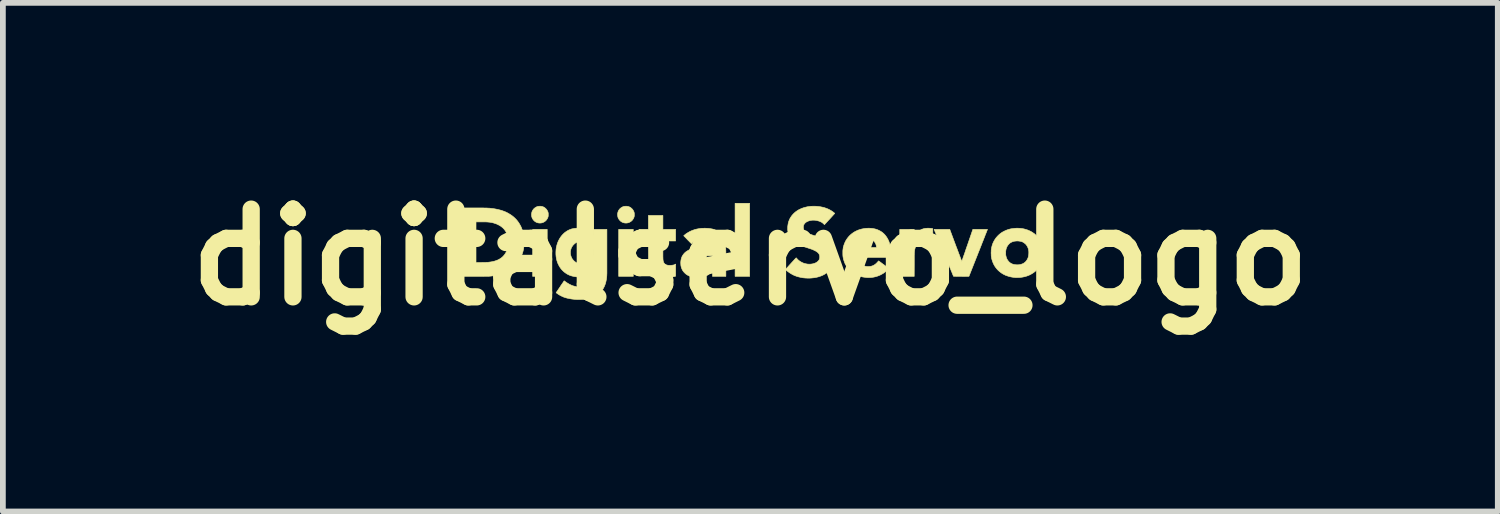
<source format=kicad_pcb>
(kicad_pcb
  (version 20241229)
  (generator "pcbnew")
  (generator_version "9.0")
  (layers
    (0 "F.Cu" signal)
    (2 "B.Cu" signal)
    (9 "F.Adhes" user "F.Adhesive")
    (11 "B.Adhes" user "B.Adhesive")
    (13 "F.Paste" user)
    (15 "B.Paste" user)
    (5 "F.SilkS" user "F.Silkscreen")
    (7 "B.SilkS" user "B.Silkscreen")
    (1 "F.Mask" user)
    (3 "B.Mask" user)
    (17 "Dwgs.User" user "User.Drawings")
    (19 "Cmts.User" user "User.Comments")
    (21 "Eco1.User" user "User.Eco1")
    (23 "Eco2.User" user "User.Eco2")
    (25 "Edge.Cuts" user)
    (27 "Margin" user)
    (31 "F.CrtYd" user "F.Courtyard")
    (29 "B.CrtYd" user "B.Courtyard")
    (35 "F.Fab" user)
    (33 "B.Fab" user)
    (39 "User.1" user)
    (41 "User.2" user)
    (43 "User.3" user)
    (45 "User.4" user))
  (footprint "digitalservo_logo"
    (layer "F.Cu")
    (at 9.986 1.418)
    (property "Reference" "digitalservo_logo" (at 0 0 0) (layer "F.SilkS") (effects (font (size 1.524 1.524) (thickness 0.3))))
    (attr through_hole)
    (fp_poly (pts (xy -3.529 0.334) (xy -3.782 0.334) (xy -3.782 -0.483) (xy -3.529 -0.483) (xy -3.529 0.334)) (stroke (width 0.01) (type solid)) (fill yes) (layer "F.SilkS"))
    (fp_poly (pts (xy -2.034 0.334) (xy -2.287 0.334) (xy -2.287 -0.483) (xy -2.034 -0.483) (xy -2.034 0.334)) (stroke (width 0.01) (type solid)) (fill yes) (layer "F.SilkS"))
    (fp_poly (pts (xy -0.012 0.334) (xy -0.265 0.334) (xy -0.265 -0.936) (xy -0.012 -0.936) (xy -0.012 0.334)) (stroke (width 0.01) (type solid)) (fill yes) (layer "F.SilkS"))
    (fp_poly (pts (xy -3.644 -0.885) (xy -3.626 -0.882) (xy -3.608 -0.878) (xy -3.591 -0.871) (xy -3.575 -0.862) (xy -3.561 -0.85) (xy -3.547 -0.837) (xy -3.538 -0.826) (xy -3.532 -0.817) (xy -3.526 -0.806) (xy -3.52 -0.795) (xy -3.516 -0.784) (xy -3.514 -0.777) (xy -3.513 -0.773) (xy -3.512 -0.769) (xy -3.512 -0.766) (xy -3.511 -0.762) (xy -3.511 -0.757) (xy -3.511 -0.751) (xy -3.511 -0.743) (xy -3.511 -0.739) (xy -3.511 -0.73) (xy -3.511 -0.723) (xy -3.511 -0.718) (xy -3.511 -0.714) (xy -3.512 -0.71) (xy -3.513 -0.707) (xy -3.514 -0.703) (xy -3.514 -0.701) (xy -3.52 -0.684) (xy -3.528 -0.668) (xy -3.538 -0.653) (xy -3.549 -0.639) (xy -3.563 -0.626) (xy -3.577 -0.616) (xy -3.593 -0.607) (xy -3.609 -0.6) (xy -3.621 -0.597) (xy -3.635 -0.594) (xy -3.649 -0.593) (xy -3.663 -0.593) (xy -3.676 -0.594) (xy -3.677 -0.594) (xy -3.696 -0.598) (xy -3.713 -0.604) (xy -3.729 -0.612) (xy -3.744 -0.622) (xy -3.759 -0.635) (xy -3.762 -0.639) (xy -3.774 -0.653) (xy -3.784 -0.668) (xy -3.792 -0.684) (xy -3.797 -0.701) (xy -3.8 -0.719) (xy -3.802 -0.738) (xy -3.802 -0.739) (xy -3.8 -0.758) (xy -3.797 -0.776) (xy -3.792 -0.793) (xy -3.784 -0.809) (xy -3.775 -0.824) (xy -3.763 -0.839) (xy -3.762 -0.84) (xy -3.748 -0.853) (xy -3.733 -0.863) (xy -3.718 -0.872) (xy -3.701 -0.879) (xy -3.683 -0.883) (xy -3.664 -0.885) (xy -3.664 -0.885) (xy -3.644 -0.885)) (stroke (width 0.01) (type solid)) (fill yes) (layer "F.SilkS"))
    (fp_poly (pts (xy -2.149 -0.885) (xy -2.131 -0.882) (xy -2.113 -0.878) (xy -2.096 -0.871) (xy -2.08 -0.862) (xy -2.066 -0.85) (xy -2.052 -0.837) (xy -2.043 -0.826) (xy -2.037 -0.817) (xy -2.031 -0.806) (xy -2.025 -0.795) (xy -2.021 -0.784) (xy -2.019 -0.777) (xy -2.018 -0.773) (xy -2.017 -0.769) (xy -2.017 -0.766) (xy -2.016 -0.762) (xy -2.016 -0.757) (xy -2.016 -0.751) (xy -2.016 -0.743) (xy -2.016 -0.739) (xy -2.016 -0.73) (xy -2.016 -0.723) (xy -2.016 -0.718) (xy -2.016 -0.714) (xy -2.017 -0.71) (xy -2.018 -0.707) (xy -2.019 -0.703) (xy -2.019 -0.701) (xy -2.025 -0.684) (xy -2.033 -0.668) (xy -2.043 -0.653) (xy -2.054 -0.639) (xy -2.068 -0.626) (xy -2.082 -0.616) (xy -2.098 -0.607) (xy -2.114 -0.6) (xy -2.127 -0.597) (xy -2.14 -0.594) (xy -2.154 -0.593) (xy -2.168 -0.593) (xy -2.181 -0.594) (xy -2.182 -0.594) (xy -2.201 -0.598) (xy -2.218 -0.604) (xy -2.234 -0.612) (xy -2.249 -0.622) (xy -2.264 -0.635) (xy -2.267 -0.639) (xy -2.279 -0.653) (xy -2.289 -0.668) (xy -2.297 -0.684) (xy -2.302 -0.701) (xy -2.305 -0.719) (xy -2.307 -0.738) (xy -2.307 -0.739) (xy -2.306 -0.758) (xy -2.302 -0.776) (xy -2.297 -0.793) (xy -2.29 -0.809) (xy -2.28 -0.824) (xy -2.268 -0.839) (xy -2.267 -0.84) (xy -2.253 -0.853) (xy -2.238 -0.863) (xy -2.223 -0.872) (xy -2.206 -0.879) (xy -2.188 -0.883) (xy -2.169 -0.885) (xy -2.169 -0.885) (xy -2.149 -0.885)) (stroke (width 0.01) (type solid)) (fill yes) (layer "F.SilkS"))
    (fp_poly (pts (xy -1.519 -0.483) (xy -1.298 -0.483) (xy -1.298 -0.281) (xy -1.519 -0.281) (xy -1.519 -0.135) (xy -1.519 -0.11) (xy -1.519 -0.087) (xy -1.519 -0.067) (xy -1.519 -0.048) (xy -1.519 -0.031) (xy -1.519 -0.016) (xy -1.519 -0.003) (xy -1.518 0.009) (xy -1.518 0.019) (xy -1.518 0.028) (xy -1.517 0.036) (xy -1.517 0.043) (xy -1.516 0.05) (xy -1.515 0.055) (xy -1.515 0.06) (xy -1.514 0.065) (xy -1.513 0.069) (xy -1.512 0.073) (xy -1.51 0.077) (xy -1.509 0.081) (xy -1.504 0.094) (xy -1.497 0.105) (xy -1.489 0.115) (xy -1.479 0.123) (xy -1.468 0.13) (xy -1.454 0.135) (xy -1.439 0.139) (xy -1.435 0.14) (xy -1.43 0.141) (xy -1.426 0.141) (xy -1.421 0.142) (xy -1.415 0.142) (xy -1.407 0.142) (xy -1.4 0.142) (xy -1.379 0.142) (xy -1.361 0.14) (xy -1.345 0.138) (xy -1.331 0.135) (xy -1.319 0.131) (xy -1.308 0.126) (xy -1.303 0.123) (xy -1.298 0.12) (xy -1.298 0.33) (xy -1.312 0.334) (xy -1.327 0.339) (xy -1.343 0.342) (xy -1.358 0.345) (xy -1.375 0.348) (xy -1.393 0.35) (xy -1.413 0.352) (xy -1.43 0.353) (xy -1.438 0.354) (xy -1.448 0.354) (xy -1.459 0.354) (xy -1.47 0.354) (xy -1.481 0.354) (xy -1.491 0.354) (xy -1.5 0.354) (xy -1.507 0.354) (xy -1.525 0.352) (xy -1.543 0.35) (xy -1.562 0.347) (xy -1.579 0.344) (xy -1.596 0.34) (xy -1.611 0.335) (xy -1.622 0.332) (xy -1.645 0.322) (xy -1.665 0.311) (xy -1.684 0.299) (xy -1.701 0.285) (xy -1.717 0.27) (xy -1.73 0.253) (xy -1.732 0.25) (xy -1.742 0.235) (xy -1.75 0.219) (xy -1.756 0.203) (xy -1.762 0.185) (xy -1.766 0.166) (xy -1.767 0.16) (xy -1.77 0.146) (xy -1.77 -0.067) (xy -1.771 -0.281) (xy -1.933 -0.281) (xy -1.933 -0.483) (xy -1.771 -0.483) (xy -1.771 -0.725) (xy -1.519 -0.725) (xy -1.519 -0.483)) (stroke (width 0.01) (type solid)) (fill yes) (layer "F.SilkS"))
    (fp_poly (pts (xy 3.106 -0.503) (xy 3.12 -0.502) (xy 3.133 -0.501) (xy 3.146 -0.5) (xy 3.157 -0.498) (xy 3.165 -0.496) (xy 3.17 -0.495) (xy 3.17 -0.38) (xy 3.17 -0.363) (xy 3.17 -0.348) (xy 3.17 -0.333) (xy 3.17 -0.319) (xy 3.17 -0.306) (xy 3.17 -0.295) (xy 3.17 -0.285) (xy 3.17 -0.277) (xy 3.17 -0.271) (xy 3.169 -0.267) (xy 3.169 -0.265) (xy 3.169 -0.265) (xy 3.168 -0.265) (xy 3.164 -0.266) (xy 3.16 -0.267) (xy 3.158 -0.268) (xy 3.142 -0.272) (xy 3.128 -0.275) (xy 3.114 -0.278) (xy 3.1 -0.28) (xy 3.085 -0.281) (xy 3.069 -0.281) (xy 3.061 -0.281) (xy 3.039 -0.281) (xy 3.019 -0.279) (xy 3.001 -0.277) (xy 2.984 -0.274) (xy 2.969 -0.27) (xy 2.954 -0.264) (xy 2.941 -0.258) (xy 2.927 -0.25) (xy 2.927 -0.249) (xy 2.912 -0.238) (xy 2.899 -0.226) (xy 2.888 -0.211) (xy 2.878 -0.195) (xy 2.869 -0.177) (xy 2.863 -0.157) (xy 2.857 -0.136) (xy 2.853 -0.112) (xy 2.853 -0.112) (xy 2.853 -0.107) (xy 2.852 -0.102) (xy 2.851 -0.097) (xy 2.851 -0.092) (xy 2.851 -0.088) (xy 2.85 -0.083) (xy 2.85 -0.078) (xy 2.849 -0.072) (xy 2.849 -0.066) (xy 2.849 -0.06) (xy 2.849 -0.052) (xy 2.849 -0.044) (xy 2.848 -0.034) (xy 2.848 -0.024) (xy 2.848 -0.012) (xy 2.848 0.002) (xy 2.848 0.017) (xy 2.848 0.033) (xy 2.848 0.052) (xy 2.848 0.072) (xy 2.848 0.095) (xy 2.848 0.12) (xy 2.848 0.135) (xy 2.847 0.334) (xy 2.596 0.334) (xy 2.596 -0.483) (xy 2.847 -0.483) (xy 2.847 -0.417) (xy 2.847 -0.402) (xy 2.847 -0.39) (xy 2.847 -0.38) (xy 2.847 -0.371) (xy 2.848 -0.364) (xy 2.848 -0.359) (xy 2.848 -0.356) (xy 2.848 -0.353) (xy 2.849 -0.352) (xy 2.849 -0.352) (xy 2.85 -0.353) (xy 2.852 -0.356) (xy 2.854 -0.36) (xy 2.856 -0.362) (xy 2.867 -0.38) (xy 2.879 -0.399) (xy 2.893 -0.416) (xy 2.907 -0.432) (xy 2.911 -0.436) (xy 2.928 -0.451) (xy 2.945 -0.464) (xy 2.963 -0.475) (xy 2.982 -0.484) (xy 3.002 -0.492) (xy 3.023 -0.497) (xy 3.04 -0.5) (xy 3.051 -0.501) (xy 3.063 -0.502) (xy 3.077 -0.503) (xy 3.091 -0.503) (xy 3.106 -0.503)) (stroke (width 0.01) (type solid)) (fill yes) (layer "F.SilkS"))
    (fp_poly (pts (xy 4.01 -0.483) (xy 4.027 -0.483) (xy 4.043 -0.483) (xy 4.057 -0.482) (xy 4.071 -0.482) (xy 4.083 -0.482) (xy 4.094 -0.482) (xy 4.103 -0.482) (xy 4.11 -0.482) (xy 4.115 -0.482) (xy 4.119 -0.482) (xy 4.12 -0.482) (xy 4.119 -0.48) (xy 4.118 -0.477) (xy 4.116 -0.472) (xy 4.113 -0.464) (xy 4.109 -0.455) (xy 4.105 -0.444) (xy 4.1 -0.431) (xy 4.094 -0.416) (xy 4.087 -0.399) (xy 4.08 -0.382) (xy 4.073 -0.362) (xy 4.065 -0.342) (xy 4.056 -0.32) (xy 4.047 -0.296) (xy 4.037 -0.272) (xy 4.027 -0.247) (xy 4.017 -0.22) (xy 4.006 -0.193) (xy 3.995 -0.165) (xy 3.984 -0.136) (xy 3.972 -0.107) (xy 3.96 -0.077) (xy 3.959 -0.074) (xy 3.798 0.333) (xy 3.664 0.334) (xy 3.647 0.334) (xy 3.63 0.334) (xy 3.613 0.334) (xy 3.598 0.334) (xy 3.584 0.334) (xy 3.571 0.333) (xy 3.56 0.333) (xy 3.55 0.333) (xy 3.542 0.333) (xy 3.536 0.333) (xy 3.532 0.333) (xy 3.53 0.333) (xy 3.53 0.333) (xy 3.53 0.332) (xy 3.528 0.328) (xy 3.526 0.323) (xy 3.523 0.316) (xy 3.519 0.307) (xy 3.515 0.296) (xy 3.509 0.283) (xy 3.504 0.269) (xy 3.497 0.253) (xy 3.49 0.236) (xy 3.483 0.218) (xy 3.475 0.199) (xy 3.466 0.178) (xy 3.457 0.157) (xy 3.448 0.134) (xy 3.438 0.111) (xy 3.428 0.087) (xy 3.418 0.063) (xy 3.408 0.038) (xy 3.397 0.012) (xy 3.387 -0.014) (xy 3.376 -0.04) (xy 3.365 -0.066) (xy 3.354 -0.092) (xy 3.344 -0.118) (xy 3.333 -0.144) (xy 3.322 -0.17) (xy 3.312 -0.195) (xy 3.301 -0.22) (xy 3.291 -0.244) (xy 3.282 -0.268) (xy 3.272 -0.291) (xy 3.263 -0.313) (xy 3.254 -0.334) (xy 3.246 -0.354) (xy 3.238 -0.373) (xy 3.231 -0.391) (xy 3.224 -0.408) (xy 3.218 -0.423) (xy 3.212 -0.436) (xy 3.207 -0.448) (xy 3.203 -0.459) (xy 3.199 -0.467) (xy 3.196 -0.474) (xy 3.194 -0.479) (xy 3.193 -0.481) (xy 3.193 -0.482) (xy 3.194 -0.482) (xy 3.198 -0.482) (xy 3.203 -0.482) (xy 3.211 -0.482) (xy 3.22 -0.482) (xy 3.231 -0.482) (xy 3.244 -0.482) (xy 3.258 -0.482) (xy 3.273 -0.482) (xy 3.289 -0.482) (xy 3.306 -0.482) (xy 3.323 -0.482) (xy 3.329 -0.482) (xy 3.465 -0.482) (xy 3.568 -0.205) (xy 3.58 -0.173) (xy 3.592 -0.143) (xy 3.602 -0.115) (xy 3.612 -0.09) (xy 3.62 -0.066) (xy 3.629 -0.045) (xy 3.636 -0.025) (xy 3.643 -0.007) (xy 3.648 0.008) (xy 3.654 0.022) (xy 3.658 0.034) (xy 3.662 0.044) (xy 3.666 0.053) (xy 3.668 0.06) (xy 3.67 0.065) (xy 3.672 0.069) (xy 3.673 0.071) (xy 3.673 0.071) (xy 3.674 0.071) (xy 3.675 0.069) (xy 3.676 0.065) (xy 3.678 0.06) (xy 3.68 0.054) (xy 3.683 0.046) (xy 3.687 0.036) (xy 3.691 0.025) (xy 3.695 0.012) (xy 3.7 -0.003) (xy 3.706 -0.019) (xy 3.713 -0.038) (xy 3.72 -0.058) (xy 3.728 -0.081) (xy 3.736 -0.105) (xy 3.745 -0.132) (xy 3.755 -0.161) (xy 3.766 -0.192) (xy 3.771 -0.206) (xy 3.866 -0.483) (xy 3.993 -0.483) (xy 4.01 -0.483)) (stroke (width 0.01) (type solid)) (fill yes) (layer "F.SilkS"))
    (fp_poly (pts (xy -4.817 -0.855) (xy -4.787 -0.855) (xy -4.759 -0.855) (xy -4.734 -0.855) (xy -4.711 -0.855) (xy -4.689 -0.855) (xy -4.67 -0.855) (xy -4.652 -0.855) (xy -4.636 -0.855) (xy -4.621 -0.854) (xy -4.607 -0.854) (xy -4.594 -0.854) (xy -4.583 -0.854) (xy -4.572 -0.853) (xy -4.563 -0.853) (xy -4.554 -0.852) (xy -4.545 -0.852) (xy -4.537 -0.851) (xy -4.529 -0.851) (xy -4.521 -0.85) (xy -4.514 -0.849) (xy -4.506 -0.848) (xy -4.498 -0.847) (xy -4.49 -0.846) (xy -4.486 -0.846) (xy -4.443 -0.84) (xy -4.402 -0.832) (xy -4.363 -0.823) (xy -4.326 -0.813) (xy -4.291 -0.801) (xy -4.257 -0.788) (xy -4.227 -0.774) (xy -4.195 -0.756) (xy -4.165 -0.738) (xy -4.137 -0.718) (xy -4.111 -0.697) (xy -4.086 -0.674) (xy -4.063 -0.65) (xy -4.042 -0.624) (xy -4.022 -0.596) (xy -4.01 -0.576) (xy -3.995 -0.55) (xy -3.982 -0.524) (xy -3.971 -0.496) (xy -3.961 -0.468) (xy -3.952 -0.439) (xy -3.945 -0.409) (xy -3.94 -0.377) (xy -3.935 -0.343) (xy -3.933 -0.325) (xy -3.932 -0.309) (xy -3.932 -0.291) (xy -3.931 -0.272) (xy -3.931 -0.252) (xy -3.932 -0.233) (xy -3.932 -0.214) (xy -3.934 -0.196) (xy -3.935 -0.18) (xy -3.935 -0.178) (xy -3.94 -0.142) (xy -3.948 -0.107) (xy -3.957 -0.074) (xy -3.969 -0.041) (xy -3.982 -0.009) (xy -3.998 0.022) (xy -4.016 0.052) (xy -4.037 0.082) (xy -4.042 0.088) (xy -4.064 0.116) (xy -4.088 0.142) (xy -4.114 0.167) (xy -4.142 0.19) (xy -4.172 0.211) (xy -4.203 0.231) (xy -4.235 0.249) (xy -4.269 0.266) (xy -4.304 0.281) (xy -4.341 0.294) (xy -4.379 0.305) (xy -4.418 0.315) (xy -4.458 0.322) (xy -4.5 0.328) (xy -4.542 0.332) (xy -4.553 0.333) (xy -4.556 0.333) (xy -4.563 0.333) (xy -4.571 0.333) (xy -4.581 0.333) (xy -4.594 0.333) (xy -4.608 0.333) (xy -4.624 0.333) (xy -4.642 0.334) (xy -4.662 0.334) (xy -4.683 0.334) (xy -4.706 0.334) (xy -4.73 0.334) (xy -4.755 0.334) (xy -4.781 0.334) (xy -4.801 0.334) (xy -5.028 0.334) (xy -5.028 -0.613) (xy -4.766 -0.613) (xy -4.766 0.092) (xy -4.672 0.092) (xy -4.654 0.091) (xy -4.638 0.091) (xy -4.623 0.091) (xy -4.609 0.091) (xy -4.596 0.091) (xy -4.586 0.09) (xy -4.577 0.09) (xy -4.57 0.09) (xy -4.566 0.09) (xy -4.565 0.09) (xy -4.534 0.086) (xy -4.505 0.082) (xy -4.478 0.077) (xy -4.452 0.071) (xy -4.429 0.064) (xy -4.407 0.056) (xy -4.386 0.048) (xy -4.367 0.038) (xy -4.348 0.027) (xy -4.33 0.015) (xy -4.322 0.009) (xy -4.303 -0.007) (xy -4.286 -0.025) (xy -4.27 -0.044) (xy -4.256 -0.065) (xy -4.243 -0.087) (xy -4.232 -0.11) (xy -4.223 -0.134) (xy -4.22 -0.142) (xy -4.214 -0.167) (xy -4.209 -0.192) (xy -4.206 -0.219) (xy -4.204 -0.246) (xy -4.203 -0.273) (xy -4.204 -0.299) (xy -4.207 -0.325) (xy -4.211 -0.349) (xy -4.211 -0.35) (xy -4.218 -0.376) (xy -4.227 -0.402) (xy -4.238 -0.426) (xy -4.251 -0.449) (xy -4.266 -0.471) (xy -4.283 -0.492) (xy -4.302 -0.511) (xy -4.323 -0.528) (xy -4.336 -0.538) (xy -4.359 -0.552) (xy -4.384 -0.565) (xy -4.41 -0.577) (xy -4.439 -0.587) (xy -4.468 -0.596) (xy -4.499 -0.603) (xy -4.532 -0.608) (xy -4.565 -0.611) (xy -4.573 -0.612) (xy -4.577 -0.612) (xy -4.584 -0.612) (xy -4.592 -0.613) (xy -4.602 -0.613) (xy -4.614 -0.613) (xy -4.627 -0.613) (xy -4.64 -0.613) (xy -4.655 -0.613) (xy -4.669 -0.613) (xy -4.679 -0.613) (xy -4.766 -0.613) (xy -5.028 -0.613) (xy -5.028 -0.855) (xy -4.817 -0.855)) (stroke (width 0.01) (type solid)) (fill yes) (layer "F.SilkS"))
    (fp_poly (pts (xy 4.65 -0.503) (xy 4.686 -0.501) (xy 4.721 -0.497) (xy 4.754 -0.491) (xy 4.786 -0.482) (xy 4.818 -0.472) (xy 4.848 -0.459) (xy 4.877 -0.445) (xy 4.905 -0.428) (xy 4.913 -0.422) (xy 4.925 -0.414) (xy 4.936 -0.406) (xy 4.947 -0.397) (xy 4.957 -0.387) (xy 4.969 -0.376) (xy 4.972 -0.373) (xy 4.992 -0.351) (xy 5.011 -0.328) (xy 5.027 -0.303) (xy 5.042 -0.277) (xy 5.053 -0.256) (xy 5.064 -0.231) (xy 5.072 -0.206) (xy 5.079 -0.18) (xy 5.084 -0.153) (xy 5.088 -0.125) (xy 5.09 -0.096) (xy 5.09 -0.074) (xy 5.09 -0.057) (xy 5.089 -0.042) (xy 5.088 -0.028) (xy 5.087 -0.014) (xy 5.085 -0.001) (xy 5.083 0.012) (xy 5.076 0.042) (xy 5.067 0.072) (xy 5.056 0.101) (xy 5.042 0.129) (xy 5.026 0.156) (xy 5.008 0.183) (xy 5.002 0.191) (xy 4.996 0.198) (xy 4.989 0.207) (xy 4.98 0.215) (xy 4.971 0.225) (xy 4.962 0.234) (xy 4.954 0.242) (xy 4.946 0.249) (xy 4.94 0.254) (xy 4.914 0.273) (xy 4.887 0.29) (xy 4.858 0.306) (xy 4.828 0.319) (xy 4.797 0.33) (xy 4.765 0.339) (xy 4.731 0.346) (xy 4.696 0.351) (xy 4.689 0.352) (xy 4.68 0.353) (xy 4.669 0.353) (xy 4.658 0.353) (xy 4.646 0.354) (xy 4.634 0.354) (xy 4.623 0.354) (xy 4.612 0.354) (xy 4.603 0.354) (xy 4.597 0.353) (xy 4.562 0.349) (xy 4.527 0.343) (xy 4.495 0.335) (xy 4.463 0.325) (xy 4.433 0.314) (xy 4.404 0.3) (xy 4.376 0.284) (xy 4.35 0.266) (xy 4.326 0.247) (xy 4.303 0.226) (xy 4.282 0.203) (xy 4.262 0.178) (xy 4.245 0.153) (xy 4.23 0.126) (xy 4.217 0.098) (xy 4.206 0.069) (xy 4.197 0.04) (xy 4.192 0.02) (xy 4.19 0.009) (xy 4.189 -0.000481) (xy 4.187 -0.009) (xy 4.186 -0.018) (xy 4.185 -0.027) (xy 4.185 -0.037) (xy 4.185 -0.047) (xy 4.184 -0.059) (xy 4.184 -0.073) (xy 4.435 -0.073) (xy 4.436 -0.051) (xy 4.439 -0.029) (xy 4.444 -0.008) (xy 4.45 0.013) (xy 4.457 0.029) (xy 4.465 0.044) (xy 4.475 0.058) (xy 4.486 0.072) (xy 4.498 0.085) (xy 4.51 0.095) (xy 4.511 0.096) (xy 4.52 0.102) (xy 4.529 0.108) (xy 4.54 0.113) (xy 4.551 0.118) (xy 4.561 0.122) (xy 4.562 0.122) (xy 4.58 0.127) (xy 4.599 0.13) (xy 4.618 0.132) (xy 4.639 0.133) (xy 4.659 0.132) (xy 4.663 0.132) (xy 4.686 0.129) (xy 4.707 0.123) (xy 4.727 0.116) (xy 4.745 0.108) (xy 4.761 0.097) (xy 4.777 0.084) (xy 4.791 0.069) (xy 4.803 0.052) (xy 4.804 0.052) (xy 4.814 0.034) (xy 4.823 0.015) (xy 4.83 -0.006) (xy 4.834 -0.028) (xy 4.837 -0.051) (xy 4.838 -0.074) (xy 4.838 -0.094) (xy 4.836 -0.113) (xy 4.833 -0.13) (xy 4.829 -0.147) (xy 4.827 -0.153) (xy 4.819 -0.173) (xy 4.809 -0.192) (xy 4.798 -0.209) (xy 4.785 -0.225) (xy 4.77 -0.238) (xy 4.754 -0.25) (xy 4.737 -0.261) (xy 4.718 -0.269) (xy 4.706 -0.273) (xy 4.686 -0.277) (xy 4.665 -0.28) (xy 4.643 -0.282) (xy 4.622 -0.281) (xy 4.6 -0.279) (xy 4.58 -0.276) (xy 4.562 -0.271) (xy 4.552 -0.267) (xy 4.542 -0.263) (xy 4.531 -0.257) (xy 4.521 -0.252) (xy 4.513 -0.246) (xy 4.511 -0.245) (xy 4.499 -0.235) (xy 4.487 -0.222) (xy 4.476 -0.209) (xy 4.466 -0.194) (xy 4.458 -0.18) (xy 4.457 -0.178) (xy 4.449 -0.159) (xy 4.443 -0.139) (xy 4.439 -0.117) (xy 4.436 -0.095) (xy 4.435 -0.073) (xy 4.184 -0.073) (xy 4.184 -0.074) (xy 4.184 -0.074) (xy 4.184 -0.089) (xy 4.185 -0.101) (xy 4.185 -0.112) (xy 4.185 -0.121) (xy 4.186 -0.13) (xy 4.187 -0.139) (xy 4.189 -0.148) (xy 4.19 -0.157) (xy 4.192 -0.168) (xy 4.192 -0.168) (xy 4.2 -0.199) (xy 4.209 -0.228) (xy 4.221 -0.257) (xy 4.235 -0.284) (xy 4.251 -0.31) (xy 4.269 -0.336) (xy 4.289 -0.359) (xy 4.303 -0.374) (xy 4.326 -0.396) (xy 4.35 -0.415) (xy 4.376 -0.433) (xy 4.404 -0.448) (xy 4.432 -0.462) (xy 4.462 -0.474) (xy 4.493 -0.484) (xy 4.525 -0.492) (xy 4.558 -0.497) (xy 4.592 -0.501) (xy 4.626 -0.503) (xy 4.65 -0.503)) (stroke (width 0.01) (type solid)) (fill yes) (layer "F.SilkS"))
    (fp_poly (pts (xy 2.089 -0.502) (xy 2.12 -0.499) (xy 2.15 -0.494) (xy 2.179 -0.487) (xy 2.206 -0.478) (xy 2.233 -0.466) (xy 2.258 -0.453) (xy 2.282 -0.438) (xy 2.291 -0.432) (xy 2.312 -0.414) (xy 2.332 -0.395) (xy 2.35 -0.373) (xy 2.367 -0.35) (xy 2.382 -0.326) (xy 2.396 -0.299) (xy 2.408 -0.272) (xy 2.418 -0.242) (xy 2.427 -0.212) (xy 2.434 -0.18) (xy 2.437 -0.163) (xy 2.438 -0.154) (xy 2.439 -0.145) (xy 2.44 -0.135) (xy 2.441 -0.125) (xy 2.441 -0.115) (xy 2.441 -0.103) (xy 2.442 -0.09) (xy 2.442 -0.075) (xy 2.442 -0.059) (xy 2.442 -0.052) (xy 2.442 0.005) (xy 1.858 0.005) (xy 1.86 0.012) (xy 1.863 0.026) (xy 1.868 0.039) (xy 1.874 0.053) (xy 1.881 0.066) (xy 1.887 0.078) (xy 1.893 0.087) (xy 1.907 0.104) (xy 1.922 0.118) (xy 1.937 0.131) (xy 1.954 0.141) (xy 1.973 0.149) (xy 1.992 0.156) (xy 2.014 0.161) (xy 2.015 0.161) (xy 2.021 0.162) (xy 2.029 0.162) (xy 2.038 0.163) (xy 2.048 0.163) (xy 2.058 0.162) (xy 2.068 0.162) (xy 2.077 0.161) (xy 2.084 0.161) (xy 2.086 0.16) (xy 2.104 0.156) (xy 2.12 0.151) (xy 2.135 0.145) (xy 2.15 0.137) (xy 2.165 0.127) (xy 2.174 0.12) (xy 2.183 0.113) (xy 2.192 0.104) (xy 2.202 0.094) (xy 2.211 0.084) (xy 2.22 0.074) (xy 2.227 0.066) (xy 2.227 0.064) (xy 2.228 0.065) (xy 2.231 0.067) (xy 2.236 0.07) (xy 2.241 0.074) (xy 2.249 0.079) (xy 2.257 0.085) (xy 2.266 0.092) (xy 2.276 0.099) (xy 2.286 0.107) (xy 2.297 0.115) (xy 2.308 0.123) (xy 2.32 0.131) (xy 2.331 0.14) (xy 2.342 0.148) (xy 2.353 0.156) (xy 2.363 0.163) (xy 2.372 0.17) (xy 2.38 0.176) (xy 2.388 0.181) (xy 2.394 0.186) (xy 2.398 0.189) (xy 2.401 0.192) (xy 2.403 0.193) (xy 2.403 0.193) (xy 2.402 0.195) (xy 2.401 0.198) (xy 2.397 0.202) (xy 2.393 0.207) (xy 2.388 0.214) (xy 2.381 0.22) (xy 2.375 0.227) (xy 2.367 0.234) (xy 2.36 0.241) (xy 2.352 0.248) (xy 2.345 0.254) (xy 2.341 0.257) (xy 2.317 0.276) (xy 2.29 0.292) (xy 2.263 0.307) (xy 2.234 0.32) (xy 2.204 0.331) (xy 2.173 0.34) (xy 2.141 0.347) (xy 2.113 0.351) (xy 2.106 0.352) (xy 2.096 0.353) (xy 2.086 0.353) (xy 2.074 0.354) (xy 2.062 0.354) (xy 2.051 0.354) (xy 2.039 0.354) (xy 2.03 0.354) (xy 2.021 0.353) (xy 2.02 0.353) (xy 1.986 0.349) (xy 1.952 0.344) (xy 1.92 0.336) (xy 1.889 0.326) (xy 1.859 0.315) (xy 1.83 0.302) (xy 1.803 0.286) (xy 1.777 0.269) (xy 1.753 0.251) (xy 1.73 0.23) (xy 1.709 0.208) (xy 1.69 0.185) (xy 1.681 0.172) (xy 1.664 0.146) (xy 1.649 0.12) (xy 1.637 0.092) (xy 1.627 0.063) (xy 1.618 0.034) (xy 1.612 0.003) (xy 1.609 -0.016) (xy 1.608 -0.024) (xy 1.608 -0.035) (xy 1.607 -0.046) (xy 1.607 -0.059) (xy 1.607 -0.072) (xy 1.607 -0.085) (xy 1.607 -0.098) (xy 1.607 -0.11) (xy 1.608 -0.121) (xy 1.609 -0.13) (xy 1.609 -0.132) (xy 1.614 -0.164) (xy 1.615 -0.167) (xy 1.858 -0.167) (xy 2.19 -0.167) (xy 2.19 -0.176) (xy 2.189 -0.193) (xy 2.186 -0.21) (xy 2.18 -0.227) (xy 2.173 -0.243) (xy 2.163 -0.258) (xy 2.152 -0.272) (xy 2.143 -0.281) (xy 2.129 -0.293) (xy 2.113 -0.303) (xy 2.097 -0.311) (xy 2.079 -0.316) (xy 2.06 -0.32) (xy 2.04 -0.322) (xy 2.027 -0.321) (xy 2.008 -0.32) (xy 1.99 -0.317) (xy 1.974 -0.312) (xy 1.958 -0.306) (xy 1.952 -0.303) (xy 1.933 -0.293) (xy 1.917 -0.282) (xy 1.903 -0.269) (xy 1.89 -0.255) (xy 1.88 -0.239) (xy 1.871 -0.222) (xy 1.865 -0.204) (xy 1.86 -0.184) (xy 1.858 -0.173) (xy 1.858 -0.167) (xy 1.615 -0.167) (xy 1.621 -0.195) (xy 1.631 -0.224) (xy 1.642 -0.252) (xy 1.655 -0.28) (xy 1.671 -0.306) (xy 1.681 -0.321) (xy 1.699 -0.345) (xy 1.719 -0.368) (xy 1.741 -0.389) (xy 1.765 -0.409) (xy 1.79 -0.427) (xy 1.816 -0.443) (xy 1.844 -0.457) (xy 1.873 -0.47) (xy 1.903 -0.48) (xy 1.935 -0.489) (xy 1.967 -0.495) (xy 1.99 -0.499) (xy 2.024 -0.502) (xy 2.057 -0.503) (xy 2.089 -0.502)) (stroke (width 0.01) (type solid)) (fill yes) (layer "F.SilkS"))
    (fp_poly (pts (xy -0.785 -0.503) (xy -0.771 -0.502) (xy -0.758 -0.502) (xy -0.746 -0.501) (xy -0.735 -0.501) (xy -0.73 -0.5) (xy -0.704 -0.497) (xy -0.68 -0.493) (xy -0.658 -0.489) (xy -0.637 -0.483) (xy -0.618 -0.476) (xy -0.599 -0.468) (xy -0.593 -0.466) (xy -0.571 -0.454) (xy -0.55 -0.441) (xy -0.532 -0.426) (xy -0.515 -0.41) (xy -0.5 -0.392) (xy -0.486 -0.373) (xy -0.473 -0.351) (xy -0.471 -0.347) (xy -0.463 -0.33) (xy -0.456 -0.312) (xy -0.45 -0.294) (xy -0.444 -0.274) (xy -0.44 -0.253) (xy -0.435 -0.231) (xy -0.434 -0.219) (xy -0.433 -0.211) (xy -0.432 -0.204) (xy -0.431 -0.198) (xy -0.43 -0.191) (xy -0.429 -0.184) (xy -0.429 -0.177) (xy -0.428 -0.17) (xy -0.428 -0.163) (xy -0.427 -0.155) (xy -0.427 -0.146) (xy -0.426 -0.136) (xy -0.426 -0.126) (xy -0.426 -0.115) (xy -0.425 -0.102) (xy -0.425 -0.089) (xy -0.425 -0.074) (xy -0.425 -0.057) (xy -0.425 -0.039) (xy -0.425 -0.019) (xy -0.425 0.002) (xy -0.425 0.026) (xy -0.425 0.051) (xy -0.425 0.079) (xy -0.425 0.109) (xy -0.425 0.112) (xy -0.425 0.334) (xy -0.657 0.334) (xy -0.657 0.282) (xy -0.657 0.271) (xy -0.657 0.26) (xy -0.657 0.251) (xy -0.657 0.243) (xy -0.657 0.237) (xy -0.658 0.233) (xy -0.658 0.231) (xy -0.658 0.231) (xy -0.659 0.232) (xy -0.661 0.234) (xy -0.664 0.238) (xy -0.667 0.242) (xy -0.682 0.261) (xy -0.697 0.278) (xy -0.714 0.293) (xy -0.733 0.306) (xy -0.753 0.317) (xy -0.755 0.318) (xy -0.779 0.329) (xy -0.805 0.338) (xy -0.832 0.345) (xy -0.86 0.35) (xy -0.868 0.351) (xy -0.873 0.352) (xy -0.88 0.352) (xy -0.888 0.353) (xy -0.897 0.353) (xy -0.906 0.354) (xy -0.915 0.354) (xy -0.924 0.354) (xy -0.932 0.354) (xy -0.938 0.354) (xy -0.943 0.354) (xy -0.945 0.354) (xy -0.948 0.353) (xy -0.952 0.353) (xy -0.958 0.352) (xy -0.962 0.352) (xy -0.979 0.35) (xy -0.998 0.346) (xy -1.016 0.342) (xy -1.034 0.337) (xy -1.041 0.334) (xy -1.049 0.331) (xy -1.059 0.327) (xy -1.069 0.323) (xy -1.079 0.318) (xy -1.089 0.313) (xy -1.097 0.308) (xy -1.104 0.304) (xy -1.123 0.29) (xy -1.14 0.274) (xy -1.156 0.257) (xy -1.17 0.239) (xy -1.182 0.22) (xy -1.191 0.199) (xy -1.199 0.178) (xy -1.201 0.17) (xy -1.206 0.148) (xy -1.208 0.124) (xy -1.209 0.1) (xy -1.209 0.093) (xy -0.967 0.093) (xy -0.966 0.106) (xy -0.963 0.119) (xy -0.959 0.13) (xy -0.953 0.14) (xy -0.944 0.149) (xy -0.933 0.157) (xy -0.921 0.165) (xy -0.903 0.172) (xy -0.885 0.178) (xy -0.866 0.181) (xy -0.846 0.182) (xy -0.825 0.182) (xy -0.824 0.181) (xy -0.803 0.178) (xy -0.782 0.174) (xy -0.763 0.168) (xy -0.744 0.16) (xy -0.728 0.151) (xy -0.712 0.141) (xy -0.699 0.13) (xy -0.697 0.128) (xy -0.686 0.117) (xy -0.677 0.104) (xy -0.67 0.091) (xy -0.664 0.077) (xy -0.663 0.074) (xy -0.661 0.068) (xy -0.66 0.062) (xy -0.659 0.055) (xy -0.658 0.049) (xy -0.657 0.041) (xy -0.657 0.032) (xy -0.657 0.021) (xy -0.657 0.01) (xy -0.657 -0.025) (xy -0.714 -0.024) (xy -0.734 -0.024) (xy -0.751 -0.023) (xy -0.767 -0.023) (xy -0.781 -0.022) (xy -0.793 -0.021) (xy -0.805 -0.02) (xy -0.815 -0.019) (xy -0.825 -0.018) (xy -0.834 -0.016) (xy -0.843 -0.014) (xy -0.853 -0.012) (xy -0.858 -0.011) (xy -0.876 -0.006) (xy -0.892 -0.000092) (xy -0.907 0.006) (xy -0.92 0.014) (xy -0.929 0.02) (xy -0.941 0.03) (xy -0.95 0.04) (xy -0.957 0.051) (xy -0.962 0.062) (xy -0.965 0.076) (xy -0.967 0.09) (xy -0.967 0.093) (xy -1.209 0.093) (xy -1.208 0.075) (xy -1.205 0.051) (xy -1.2 0.028) (xy -1.199 0.023) (xy -1.193 0.006) (xy -1.186 -0.012) (xy -1.176 -0.029) (xy -1.165 -0.046) (xy -1.152 -0.062) (xy -1.146 -0.069) (xy -1.131 -0.083) (xy -1.114 -0.097) (xy -1.095 -0.109) (xy -1.074 -0.121) (xy -1.052 -0.132) (xy -1.029 -0.141) (xy -1.017 -0.146) (xy -0.986 -0.155) (xy -0.953 -0.163) (xy -0.918 -0.169) (xy -0.881 -0.175) (xy -0.842 -0.179) (xy -0.813 -0.181) (xy -0.806 -0.182) (xy -0.797 -0.182) (xy -0.787 -0.183) (xy -0.775 -0.183) (xy -0.762 -0.183) (xy -0.748 -0.184) (xy -0.735 -0.184) (xy -0.721 -0.185) (xy -0.709 -0.185) (xy -0.697 -0.185) (xy -0.686 -0.185) (xy -0.682 -0.185) (xy -0.656 -0.185) (xy -0.657 -0.197) (xy -0.659 -0.215) (xy -0.664 -0.232) (xy -0.67 -0.248) (xy -0.679 -0.263) (xy -0.689 -0.277) (xy -0.702 -0.289) (xy -0.711 -0.297) (xy -0.727 -0.308) (xy -0.745 -0.316) (xy -0.764 -0.324) (xy -0.784 -0.329) (xy -0.784 -0.329) (xy -0.791 -0.33) (xy -0.799 -0.33) (xy -0.808 -0.331) (xy -0.818 -0.331) (xy -0.828 -0.331) (xy -0.838 -0.33) (xy -0.847 -0.33) (xy -0.854 -0.329) (xy -0.878 -0.325) (xy -0.901 -0.318) (xy -0.924 -0.308) (xy -0.946 -0.297) (xy -0.967 -0.283) (xy -0.988 -0.267) (xy -1.008 -0.25) (xy -1.013 -0.244) (xy -1.017 -0.241) (xy -1.02 -0.237) (xy -1.022 -0.235) (xy -1.023 -0.235) (xy -1.024 -0.236) (xy -1.027 -0.238) (xy -1.031 -0.242) (xy -1.036 -0.248) (xy -1.042 -0.254) (xy -1.05 -0.261) (xy -1.058 -0.27) (xy -1.067 -0.279) (xy -1.076 -0.289) (xy -1.083 -0.295) (xy -1.093 -0.305) (xy -1.102 -0.315) (xy -1.112 -0.325) (xy -1.12 -0.334) (xy -1.128 -0.342) (xy -1.135 -0.349) (xy -1.141 -0.355) (xy -1.145 -0.359) (xy -1.148 -0.363) (xy -1.149 -0.364) (xy -1.158 -0.372) (xy -1.144 -0.384) (xy -1.118 -0.405) (xy -1.09 -0.423) (xy -1.061 -0.44) (xy -1.031 -0.455) (xy -0.999 -0.468) (xy -0.966 -0.479) (xy -0.932 -0.488) (xy -0.895 -0.495) (xy -0.858 -0.5) (xy -0.858 -0.5) (xy -0.849 -0.501) (xy -0.838 -0.502) (xy -0.826 -0.502) (xy -0.813 -0.502) (xy -0.799 -0.503) (xy -0.785 -0.503)) (stroke (width 0.01) (type solid)) (fill yes) (layer "F.SilkS"))
    (fp_poly (pts (xy 1.118 -0.885) (xy 1.13 -0.885) (xy 1.14 -0.884) (xy 1.141 -0.884) (xy 1.179 -0.881) (xy 1.216 -0.876) (xy 1.251 -0.869) (xy 1.284 -0.861) (xy 1.316 -0.85) (xy 1.347 -0.838) (xy 1.376 -0.824) (xy 1.404 -0.808) (xy 1.43 -0.791) (xy 1.456 -0.771) (xy 1.462 -0.765) (xy 1.467 -0.761) (xy 1.381 -0.666) (xy 1.369 -0.653) (xy 1.357 -0.641) (xy 1.347 -0.629) (xy 1.336 -0.618) (xy 1.327 -0.607) (xy 1.318 -0.598) (xy 1.311 -0.59) (xy 1.304 -0.583) (xy 1.299 -0.577) (xy 1.294 -0.572) (xy 1.292 -0.569) (xy 1.291 -0.568) (xy 1.288 -0.565) (xy 1.273 -0.579) (xy 1.261 -0.59) (xy 1.248 -0.6) (xy 1.234 -0.609) (xy 1.219 -0.616) (xy 1.203 -0.623) (xy 1.185 -0.629) (xy 1.17 -0.633) (xy 1.144 -0.639) (xy 1.119 -0.642) (xy 1.094 -0.643) (xy 1.07 -0.642) (xy 1.046 -0.638) (xy 1.022 -0.632) (xy 1.016 -0.63) (xy 0.997 -0.623) (xy 0.981 -0.615) (xy 0.966 -0.606) (xy 0.953 -0.595) (xy 0.943 -0.584) (xy 0.934 -0.571) (xy 0.927 -0.558) (xy 0.926 -0.554) (xy 0.923 -0.541) (xy 0.921 -0.527) (xy 0.921 -0.513) (xy 0.923 -0.499) (xy 0.926 -0.486) (xy 0.929 -0.477) (xy 0.934 -0.468) (xy 0.94 -0.46) (xy 0.946 -0.452) (xy 0.955 -0.444) (xy 0.965 -0.437) (xy 0.976 -0.429) (xy 0.979 -0.427) (xy 0.987 -0.423) (xy 0.995 -0.418) (xy 1.004 -0.414) (xy 1.013 -0.409) (xy 1.023 -0.405) (xy 1.034 -0.401) (xy 1.046 -0.396) (xy 1.059 -0.392) (xy 1.073 -0.387) (xy 1.089 -0.381) (xy 1.107 -0.376) (xy 1.127 -0.37) (xy 1.148 -0.363) (xy 1.172 -0.356) (xy 1.172 -0.356) (xy 1.19 -0.351) (xy 1.206 -0.346) (xy 1.22 -0.342) (xy 1.232 -0.337) (xy 1.244 -0.333) (xy 1.255 -0.329) (xy 1.265 -0.324) (xy 1.276 -0.32) (xy 1.287 -0.314) (xy 1.294 -0.311) (xy 1.313 -0.3) (xy 1.331 -0.29) (xy 1.347 -0.279) (xy 1.362 -0.268) (xy 1.376 -0.256) (xy 1.384 -0.247) (xy 1.402 -0.229) (xy 1.417 -0.21) (xy 1.43 -0.19) (xy 1.441 -0.171) (xy 1.45 -0.15) (xy 1.457 -0.129) (xy 1.46 -0.112) (xy 1.462 -0.102) (xy 1.464 -0.093) (xy 1.465 -0.085) (xy 1.466 -0.077) (xy 1.467 -0.068) (xy 1.467 -0.059) (xy 1.468 -0.048) (xy 1.468 -0.036) (xy 1.468 -0.028) (xy 1.468 -0.015) (xy 1.468 -0.004) (xy 1.467 0.006) (xy 1.467 0.014) (xy 1.466 0.023) (xy 1.465 0.031) (xy 1.464 0.039) (xy 1.463 0.048) (xy 1.462 0.051) (xy 1.456 0.079) (xy 1.448 0.107) (xy 1.437 0.134) (xy 1.425 0.159) (xy 1.41 0.184) (xy 1.393 0.207) (xy 1.374 0.23) (xy 1.364 0.24) (xy 1.342 0.26) (xy 1.319 0.278) (xy 1.294 0.294) (xy 1.267 0.309) (xy 1.239 0.322) (xy 1.209 0.333) (xy 1.177 0.343) (xy 1.144 0.351) (xy 1.109 0.357) (xy 1.072 0.361) (xy 1.052 0.363) (xy 1.044 0.363) (xy 1.034 0.364) (xy 1.023 0.364) (xy 1.012 0.364) (xy 1 0.364) (xy 0.989 0.364) (xy 0.979 0.363) (xy 0.972 0.363) (xy 0.965 0.363) (xy 0.955 0.362) (xy 0.944 0.361) (xy 0.934 0.36) (xy 0.923 0.359) (xy 0.914 0.358) (xy 0.907 0.357) (xy 0.871 0.35) (xy 0.837 0.342) (xy 0.803 0.332) (xy 0.771 0.32) (xy 0.74 0.306) (xy 0.71 0.289) (xy 0.681 0.271) (xy 0.652 0.25) (xy 0.624 0.228) (xy 0.61 0.215) (xy 0.613 0.211) (xy 0.615 0.209) (xy 0.618 0.206) (xy 0.622 0.201) (xy 0.627 0.195) (xy 0.634 0.188) (xy 0.642 0.179) (xy 0.651 0.17) (xy 0.66 0.159) (xy 0.671 0.147) (xy 0.682 0.135) (xy 0.693 0.123) (xy 0.705 0.11) (xy 0.707 0.108) (xy 0.721 0.092) (xy 0.734 0.078) (xy 0.746 0.065) (xy 0.756 0.054) (xy 0.765 0.044) (xy 0.772 0.036) (xy 0.779 0.029) (xy 0.784 0.024) (xy 0.788 0.019) (xy 0.792 0.016) (xy 0.794 0.013) (xy 0.796 0.012) (xy 0.797 0.011) (xy 0.798 0.011) (xy 0.799 0.013) (xy 0.801 0.016) (xy 0.805 0.02) (xy 0.808 0.023) (xy 0.824 0.041) (xy 0.842 0.057) (xy 0.861 0.071) (xy 0.882 0.084) (xy 0.904 0.095) (xy 0.927 0.105) (xy 0.951 0.112) (xy 0.975 0.117) (xy 0.999 0.121) (xy 1.024 0.122) (xy 1.048 0.121) (xy 1.049 0.121) (xy 1.071 0.118) (xy 1.092 0.114) (xy 1.112 0.108) (xy 1.13 0.101) (xy 1.146 0.093) (xy 1.161 0.083) (xy 1.174 0.072) (xy 1.185 0.06) (xy 1.189 0.055) (xy 1.196 0.044) (xy 1.2 0.033) (xy 1.204 0.022) (xy 1.205 0.01) (xy 1.206 -0.004) (xy 1.206 -0.007) (xy 1.204 -0.022) (xy 1.202 -0.035) (xy 1.197 -0.047) (xy 1.191 -0.059) (xy 1.183 -0.069) (xy 1.173 -0.08) (xy 1.161 -0.089) (xy 1.151 -0.097) (xy 1.139 -0.104) (xy 1.125 -0.112) (xy 1.11 -0.119) (xy 1.095 -0.126) (xy 1.08 -0.133) (xy 1.075 -0.135) (xy 1.067 -0.138) (xy 1.057 -0.141) (xy 1.046 -0.145) (xy 1.033 -0.15) (xy 1.018 -0.154) (xy 1.004 -0.159) (xy 0.988 -0.164) (xy 0.973 -0.169) (xy 0.958 -0.174) (xy 0.944 -0.178) (xy 0.923 -0.185) (xy 0.905 -0.191) (xy 0.888 -0.197) (xy 0.872 -0.203) (xy 0.858 -0.209) (xy 0.843 -0.215) (xy 0.83 -0.222) (xy 0.816 -0.229) (xy 0.807 -0.234) (xy 0.79 -0.244) (xy 0.774 -0.254) (xy 0.76 -0.265) (xy 0.747 -0.276) (xy 0.733 -0.288) (xy 0.726 -0.295) (xy 0.711 -0.312) (xy 0.697 -0.329) (xy 0.686 -0.346) (xy 0.676 -0.363) (xy 0.668 -0.381) (xy 0.661 -0.401) (xy 0.656 -0.421) (xy 0.653 -0.443) (xy 0.65 -0.467) (xy 0.649 -0.477) (xy 0.649 -0.507) (xy 0.65 -0.536) (xy 0.654 -0.564) (xy 0.659 -0.592) (xy 0.666 -0.618) (xy 0.676 -0.644) (xy 0.687 -0.668) (xy 0.69 -0.674) (xy 0.706 -0.7) (xy 0.723 -0.724) (xy 0.742 -0.746) (xy 0.763 -0.767) (xy 0.785 -0.786) (xy 0.81 -0.804) (xy 0.835 -0.82) (xy 0.863 -0.834) (xy 0.892 -0.847) (xy 0.923 -0.858) (xy 0.955 -0.867) (xy 0.988 -0.875) (xy 1.023 -0.88) (xy 1.046 -0.883) (xy 1.055 -0.884) (xy 1.066 -0.884) (xy 1.079 -0.885) (xy 1.092 -0.885) (xy 1.105 -0.885) (xy 1.118 -0.885)) (stroke (width 0.01) (type solid)) (fill yes) (layer "F.SilkS"))
    (fp_poly (pts (xy -2.99 -0.503) (xy -2.977 -0.502) (xy -2.966 -0.502) (xy -2.957 -0.501) (xy -2.929 -0.496) (xy -2.902 -0.49) (xy -2.875 -0.482) (xy -2.849 -0.471) (xy -2.824 -0.459) (xy -2.801 -0.446) (xy -2.782 -0.433) (xy -2.776 -0.428) (xy -2.768 -0.421) (xy -2.761 -0.414) (xy -2.753 -0.406) (xy -2.745 -0.399) (xy -2.739 -0.392) (xy -2.734 -0.386) (xy -2.734 -0.385) (xy -2.73 -0.381) (xy -2.728 -0.378) (xy -2.726 -0.376) (xy -2.725 -0.376) (xy -2.725 -0.377) (xy -2.725 -0.378) (xy -2.724 -0.381) (xy -2.724 -0.385) (xy -2.724 -0.391) (xy -2.724 -0.398) (xy -2.724 -0.408) (xy -2.724 -0.419) (xy -2.724 -0.429) (xy -2.724 -0.483) (xy -2.492 -0.483) (xy -2.492 -0.096) (xy -2.492 -0.055) (xy -2.492 -0.016) (xy -2.492 0.021) (xy -2.492 0.056) (xy -2.492 0.089) (xy -2.492 0.119) (xy -2.492 0.148) (xy -2.492 0.174) (xy -2.492 0.198) (xy -2.492 0.22) (xy -2.492 0.24) (xy -2.492 0.257) (xy -2.492 0.272) (xy -2.492 0.285) (xy -2.493 0.295) (xy -2.493 0.303) (xy -2.493 0.309) (xy -2.493 0.312) (xy -2.496 0.348) (xy -2.5 0.383) (xy -2.507 0.416) (xy -2.514 0.448) (xy -2.524 0.477) (xy -2.535 0.505) (xy -2.548 0.532) (xy -2.562 0.557) (xy -2.578 0.581) (xy -2.595 0.603) (xy -2.614 0.623) (xy -2.635 0.641) (xy -2.657 0.658) (xy -2.681 0.673) (xy -2.706 0.687) (xy -2.733 0.699) (xy -2.762 0.709) (xy -2.793 0.718) (xy -2.826 0.725) (xy -2.86 0.73) (xy -2.891 0.734) (xy -2.896 0.734) (xy -2.904 0.734) (xy -2.913 0.735) (xy -2.924 0.735) (xy -2.935 0.735) (xy -2.947 0.736) (xy -2.958 0.736) (xy -2.97 0.736) (xy -2.98 0.736) (xy -2.99 0.736) (xy -2.998 0.736) (xy -3.004 0.736) (xy -3.005 0.736) (xy -3.027 0.734) (xy -3.048 0.733) (xy -3.067 0.731) (xy -3.085 0.729) (xy -3.102 0.727) (xy -3.12 0.724) (xy -3.137 0.721) (xy -3.15 0.718) (xy -3.172 0.714) (xy -3.192 0.709) (xy -3.211 0.704) (xy -3.229 0.698) (xy -3.246 0.692) (xy -3.263 0.684) (xy -3.28 0.676) (xy -3.282 0.676) (xy -3.295 0.669) (xy -3.308 0.662) (xy -3.321 0.654) (xy -3.334 0.646) (xy -3.346 0.638) (xy -3.357 0.63) (xy -3.367 0.623) (xy -3.37 0.621) (xy -3.374 0.617) (xy -3.304 0.514) (xy -3.295 0.499) (xy -3.286 0.486) (xy -3.277 0.473) (xy -3.269 0.461) (xy -3.261 0.45) (xy -3.254 0.44) (xy -3.248 0.431) (xy -3.243 0.423) (xy -3.239 0.417) (xy -3.236 0.413) (xy -3.235 0.411) (xy -3.234 0.41) (xy -3.233 0.411) (xy -3.23 0.413) (xy -3.226 0.416) (xy -3.222 0.419) (xy -3.205 0.432) (xy -3.186 0.445) (xy -3.166 0.457) (xy -3.146 0.469) (xy -3.126 0.479) (xy -3.107 0.488) (xy -3.101 0.491) (xy -3.077 0.499) (xy -3.051 0.506) (xy -3.024 0.511) (xy -3.017 0.512) (xy -3.01 0.513) (xy -3.001 0.514) (xy -2.99 0.514) (xy -2.979 0.514) (xy -2.968 0.515) (xy -2.956 0.515) (xy -2.945 0.514) (xy -2.936 0.514) (xy -2.928 0.513) (xy -2.924 0.513) (xy -2.902 0.51) (xy -2.882 0.505) (xy -2.863 0.499) (xy -2.846 0.492) (xy -2.842 0.49) (xy -2.826 0.481) (xy -2.811 0.47) (xy -2.797 0.457) (xy -2.796 0.456) (xy -2.783 0.44) (xy -2.771 0.423) (xy -2.762 0.406) (xy -2.755 0.386) (xy -2.749 0.366) (xy -2.746 0.35) (xy -2.745 0.345) (xy -2.745 0.341) (xy -2.745 0.336) (xy -2.744 0.331) (xy -2.744 0.324) (xy -2.744 0.316) (xy -2.744 0.306) (xy -2.744 0.294) (xy -2.744 0.286) (xy -2.744 0.272) (xy -2.744 0.26) (xy -2.744 0.251) (xy -2.744 0.244) (xy -2.745 0.239) (xy -2.745 0.237) (xy -2.745 0.236) (xy -2.746 0.237) (xy -2.749 0.239) (xy -2.752 0.243) (xy -2.755 0.246) (xy -2.768 0.262) (xy -2.784 0.276) (xy -2.8 0.289) (xy -2.817 0.301) (xy -2.822 0.304) (xy -2.837 0.311) (xy -2.854 0.319) (xy -2.873 0.326) (xy -2.893 0.331) (xy -2.913 0.336) (xy -2.934 0.34) (xy -2.936 0.341) (xy -2.943 0.341) (xy -2.951 0.342) (xy -2.961 0.342) (xy -2.971 0.343) (xy -2.983 0.343) (xy -2.994 0.343) (xy -3.005 0.343) (xy -3.014 0.342) (xy -3.023 0.342) (xy -3.026 0.341) (xy -3.056 0.337) (xy -3.084 0.331) (xy -3.111 0.324) (xy -3.137 0.315) (xy -3.162 0.304) (xy -3.186 0.291) (xy -3.206 0.278) (xy -3.22 0.268) (xy -3.233 0.258) (xy -3.245 0.248) (xy -3.256 0.237) (xy -3.265 0.229) (xy -3.281 0.211) (xy -3.296 0.192) (xy -3.309 0.173) (xy -3.322 0.152) (xy -3.332 0.132) (xy -3.344 0.108) (xy -3.353 0.083) (xy -3.361 0.059) (xy -3.367 0.034) (xy -3.372 0.007) (xy -3.373 -0.001) (xy -3.375 -0.014) (xy -3.376 -0.026) (xy -3.377 -0.039) (xy -3.378 -0.052) (xy -3.378 -0.066) (xy -3.378 -0.08) (xy -3.127 -0.08) (xy -3.125 -0.058) (xy -3.122 -0.037) (xy -3.116 -0.017) (xy -3.108 0.003) (xy -3.099 0.022) (xy -3.087 0.039) (xy -3.073 0.056) (xy -3.057 0.071) (xy -3.04 0.084) (xy -3.021 0.096) (xy -3.011 0.102) (xy -2.991 0.111) (xy -2.971 0.117) (xy -2.95 0.121) (xy -2.929 0.122) (xy -2.908 0.121) (xy -2.9 0.12) (xy -2.88 0.117) (xy -2.861 0.111) (xy -2.842 0.103) (xy -2.823 0.093) (xy -2.814 0.087) (xy -2.796 0.074) (xy -2.78 0.059) (xy -2.766 0.042) (xy -2.753 0.025) (xy -2.743 0.006) (xy -2.735 -0.014) (xy -2.734 -0.018) (xy -2.73 -0.028) (xy -2.728 -0.037) (xy -2.726 -0.046) (xy -2.725 -0.056) (xy -2.725 -0.066) (xy -2.724 -0.078) (xy -2.724 -0.08) (xy -2.725 -0.092) (xy -2.725 -0.103) (xy -2.726 -0.112) (xy -2.728 -0.121) (xy -2.73 -0.13) (xy -2.733 -0.14) (xy -2.734 -0.142) (xy -2.742 -0.162) (xy -2.751 -0.181) (xy -2.764 -0.199) (xy -2.778 -0.216) (xy -2.793 -0.231) (xy -2.811 -0.245) (xy -2.814 -0.247) (xy -2.834 -0.259) (xy -2.854 -0.268) (xy -2.874 -0.275) (xy -2.895 -0.279) (xy -2.916 -0.282) (xy -2.938 -0.281) (xy -2.96 -0.279) (xy -2.967 -0.277) (xy -2.984 -0.273) (xy -3.002 -0.266) (xy -3.019 -0.257) (xy -3.036 -0.247) (xy -3.052 -0.235) (xy -3.067 -0.221) (xy -3.077 -0.211) (xy -3.09 -0.194) (xy -3.102 -0.176) (xy -3.111 -0.157) (xy -3.118 -0.137) (xy -3.123 -0.116) (xy -3.126 -0.095) (xy -3.127 -0.08) (xy -3.378 -0.08) (xy -3.378 -0.082) (xy -3.378 -0.089) (xy -3.377 -0.109) (xy -3.376 -0.128) (xy -3.374 -0.145) (xy -3.372 -0.162) (xy -3.368 -0.179) (xy -3.364 -0.197) (xy -3.363 -0.201) (xy -3.354 -0.233) (xy -3.343 -0.263) (xy -3.33 -0.292) (xy -3.315 -0.319) (xy -3.299 -0.345) (xy -3.281 -0.369) (xy -3.262 -0.391) (xy -3.241 -0.412) (xy -3.219 -0.431) (xy -3.196 -0.447) (xy -3.174 -0.461) (xy -3.152 -0.472) (xy -3.129 -0.482) (xy -3.106 -0.49) (xy -3.082 -0.495) (xy -3.057 -0.5) (xy -3.035 -0.502) (xy -3.026 -0.503) (xy -3.014 -0.503) (xy -3.002 -0.503) (xy -2.99 -0.503)) (stroke (width 0.01) (type solid)) (fill yes) (layer "F.SilkS")))
  (gr_rect
    (start -3 -3)
    (end 22.972 5.836)
    (stroke (width 0.1) (type default))
    (fill no)
    (layer "Edge.Cuts")))
</source>
